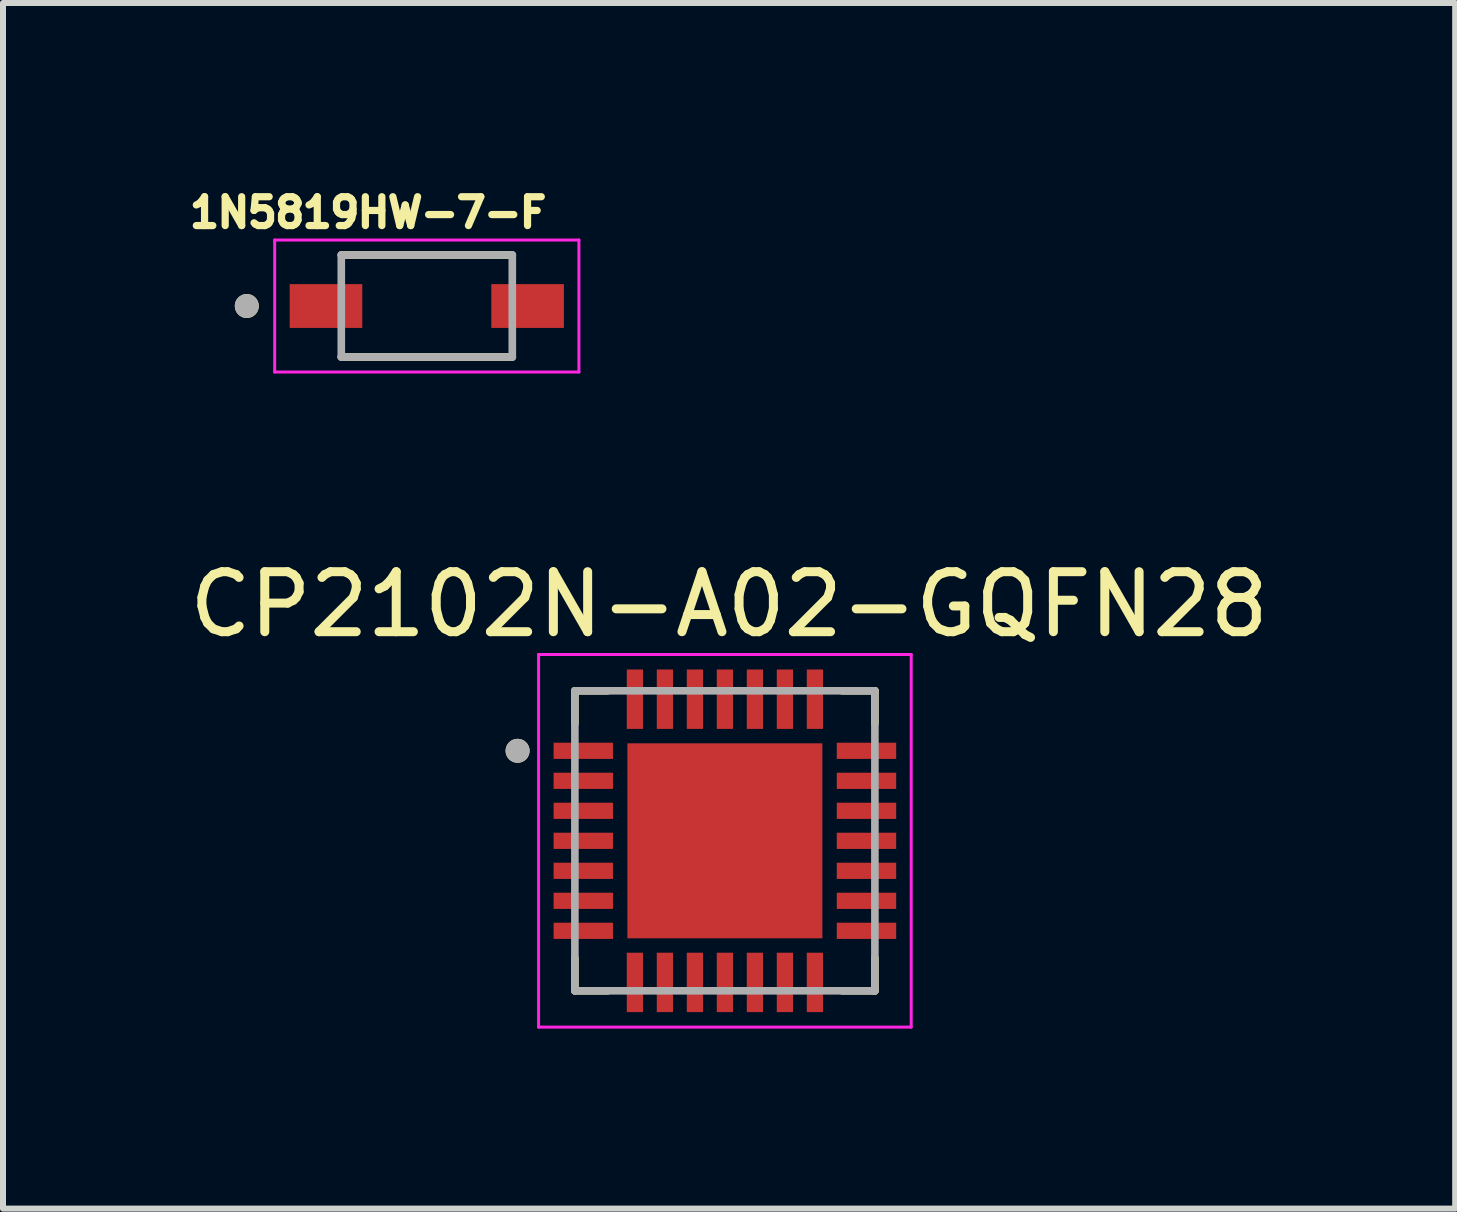
<source format=kicad_pcb>
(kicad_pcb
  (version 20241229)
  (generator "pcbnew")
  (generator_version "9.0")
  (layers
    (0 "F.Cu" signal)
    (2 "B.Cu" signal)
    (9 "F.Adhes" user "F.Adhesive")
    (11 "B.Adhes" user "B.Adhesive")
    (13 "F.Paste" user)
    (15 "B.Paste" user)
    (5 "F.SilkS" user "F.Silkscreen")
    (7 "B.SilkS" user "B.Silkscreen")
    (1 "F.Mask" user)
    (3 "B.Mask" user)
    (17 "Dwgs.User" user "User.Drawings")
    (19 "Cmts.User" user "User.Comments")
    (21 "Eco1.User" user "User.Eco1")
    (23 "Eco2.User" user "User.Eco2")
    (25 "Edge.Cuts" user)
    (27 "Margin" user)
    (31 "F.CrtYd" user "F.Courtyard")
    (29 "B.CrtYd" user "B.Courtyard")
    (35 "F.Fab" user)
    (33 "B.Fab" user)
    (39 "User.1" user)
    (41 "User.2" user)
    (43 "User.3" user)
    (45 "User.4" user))
  (footprint "1N5819HW-7-F"
    (layer "F.Cu")
    (at 4.063 2.05)
    (property "Reference" "1N5819HW-7-F" (at -0.978 -1.557 0) (layer "F.SilkS") (effects (font (size 0.481 0.481) (thickness 0.15))))
    (attr smd)
    (fp_line (start -1.425 -0.85) (end 1.425 -0.85) (stroke (width 0.127) (type solid)) (layer "F.SilkS"))
    (fp_line (start 1.425 0.85) (end -1.425 0.85) (stroke (width 0.127) (type solid)) (layer "F.SilkS"))
    (fp_circle (center -3 0) (end -2.9 0) (stroke (width 0.2) (type solid)) (fill no) (layer "F.SilkS"))
    (fp_line (start -2.535 -1.1) (end 2.535 -1.1) (stroke (width 0.05) (type solid)) (layer "F.CrtYd"))
    (fp_line (start -2.535 1.1) (end -2.535 -1.1) (stroke (width 0.05) (type solid)) (layer "F.CrtYd"))
    (fp_line (start 2.535 -1.1) (end 2.535 1.1) (stroke (width 0.05) (type solid)) (layer "F.CrtYd"))
    (fp_line (start 2.535 1.1) (end -2.535 1.1) (stroke (width 0.05) (type solid)) (layer "F.CrtYd"))
    (fp_line (start -1.425 -0.85) (end 1.425 -0.85) (stroke (width 0.127) (type solid)) (layer "F.Fab"))
    (fp_line (start -1.425 0.85) (end -1.425 -0.85) (stroke (width 0.127) (type solid)) (layer "F.Fab"))
    (fp_line (start 1.425 -0.85) (end 1.425 0.85) (stroke (width 0.127) (type solid)) (layer "F.Fab"))
    (fp_line (start 1.425 0.85) (end -1.425 0.85) (stroke (width 0.127) (type solid)) (layer "F.Fab"))
    (fp_circle (center -3 0) (end -2.9 0) (stroke (width 0.2) (type solid)) (fill no) (layer "F.Fab"))
    (pad "A" smd rect (at 1.68 0) (size 1.21 0.73) (layers "F.Cu" "F.Mask" "F.Paste"))
    (pad "C" smd rect (at -1.68 0) (size 1.21 0.73) (layers "F.Cu" "F.Mask" "F.Paste")))
  (footprint "CP2102N-A02-GQFN28"
    (layer "F.Cu")
    (at 9.031 10.963)
    (property "Reference" "CP2102N-A02-GQFN28" (at 0.07 -3.94 0) (layer "F.SilkS") (effects (font (size 1 1) (thickness 0.15))))
    (attr smd)
    (fp_line (start -2.5 -2.5) (end -1.955 -2.5) (stroke (width 0.127) (type solid)) (layer "F.SilkS"))
    (fp_line (start -2.5 -1.955) (end -2.5 -2.5) (stroke (width 0.127) (type solid)) (layer "F.SilkS"))
    (fp_line (start -2.5 2.5) (end -2.5 1.955) (stroke (width 0.127) (type solid)) (layer "F.SilkS"))
    (fp_line (start -1.955 2.5) (end -2.5 2.5) (stroke (width 0.127) (type solid)) (layer "F.SilkS"))
    (fp_line (start 1.955 -2.5) (end 2.5 -2.5) (stroke (width 0.127) (type solid)) (layer "F.SilkS"))
    (fp_line (start 2.5 -2.5) (end 2.5 -1.955) (stroke (width 0.127) (type solid)) (layer "F.SilkS"))
    (fp_line (start 2.5 2.5) (end 1.955 2.5) (stroke (width 0.127) (type solid)) (layer "F.SilkS"))
    (fp_line (start 2.5 2.5) (end 2.5 1.955) (stroke (width 0.127) (type solid)) (layer "F.SilkS"))
    (fp_circle (center -3.455 -1.5) (end -3.355 -1.5) (stroke (width 0.2) (type solid)) (fill no) (layer "F.SilkS"))
    (fp_poly (pts (xy -1.028 -1.028) (xy 1.028 -1.028) (xy 1.028 1.028) (xy -1.028 1.028)) (stroke (width 0.01) (type solid)) (fill yes) (layer "F.Paste"))
    (fp_line (start -3.105 -3.105) (end -3.105 3.105) (stroke (width 0.05) (type solid)) (layer "F.CrtYd"))
    (fp_line (start -3.105 3.105) (end 3.105 3.105) (stroke (width 0.05) (type solid)) (layer "F.CrtYd"))
    (fp_line (start 3.105 -3.105) (end -3.105 -3.105) (stroke (width 0.05) (type solid)) (layer "F.CrtYd"))
    (fp_line (start 3.105 3.105) (end 3.105 -3.105) (stroke (width 0.05) (type solid)) (layer "F.CrtYd"))
    (fp_line (start -2.5 -2.5) (end 2.5 -2.5) (stroke (width 0.127) (type solid)) (layer "F.Fab"))
    (fp_line (start -2.5 2.5) (end -2.5 -2.5) (stroke (width 0.127) (type solid)) (layer "F.Fab"))
    (fp_line (start 2.5 -2.5) (end 2.5 2.5) (stroke (width 0.127) (type solid)) (layer "F.Fab"))
    (fp_line (start 2.5 2.5) (end -2.5 2.5) (stroke (width 0.127) (type solid)) (layer "F.Fab"))
    (fp_circle (center -3.455 -1.5) (end -3.355 -1.5) (stroke (width 0.2) (type solid)) (fill no) (layer "F.Fab"))
    (pad "1" smd rect (at -2.36 -1.5) (size 0.99 0.27) (layers "F.Cu" "F.Mask" "F.Paste"))
    (pad "2" smd rect (at -2.36 -1) (size 0.99 0.27) (layers "F.Cu" "F.Mask" "F.Paste"))
    (pad "3" smd rect (at -2.36 -0.5) (size 0.99 0.27) (layers "F.Cu" "F.Mask" "F.Paste"))
    (pad "4" smd rect (at -2.36 0) (size 0.99 0.27) (layers "F.Cu" "F.Mask" "F.Paste"))
    (pad "5" smd rect (at -2.36 0.5) (size 0.99 0.27) (layers "F.Cu" "F.Mask" "F.Paste"))
    (pad "6" smd rect (at -2.36 1) (size 0.99 0.27) (layers "F.Cu" "F.Mask" "F.Paste"))
    (pad "7" smd rect (at -2.36 1.5) (size 0.99 0.27) (layers "F.Cu" "F.Mask" "F.Paste"))
    (pad "8" smd rect (at -1.5 2.36) (size 0.27 0.99) (layers "F.Cu" "F.Mask" "F.Paste"))
    (pad "9" smd rect (at -1 2.36) (size 0.27 0.99) (layers "F.Cu" "F.Mask" "F.Paste"))
    (pad "10" smd rect (at -0.5 2.36) (size 0.27 0.99) (layers "F.Cu" "F.Mask" "F.Paste"))
    (pad "11" smd rect (at 0 2.36) (size 0.27 0.99) (layers "F.Cu" "F.Mask" "F.Paste"))
    (pad "12" smd rect (at 0.5 2.36) (size 0.27 0.99) (layers "F.Cu" "F.Mask" "F.Paste"))
    (pad "13" smd rect (at 1 2.36) (size 0.27 0.99) (layers "F.Cu" "F.Mask" "F.Paste"))
    (pad "14" smd rect (at 1.5 2.36) (size 0.27 0.99) (layers "F.Cu" "F.Mask" "F.Paste"))
    (pad "15" smd rect (at 2.36 1.5) (size 0.99 0.27) (layers "F.Cu" "F.Mask" "F.Paste"))
    (pad "16" smd rect (at 2.36 1) (size 0.99 0.27) (layers "F.Cu" "F.Mask" "F.Paste"))
    (pad "17" smd rect (at 2.36 0.5) (size 0.99 0.27) (layers "F.Cu" "F.Mask" "F.Paste"))
    (pad "18" smd rect (at 2.36 0) (size 0.99 0.27) (layers "F.Cu" "F.Mask" "F.Paste"))
    (pad "19" smd rect (at 2.36 -0.5) (size 0.99 0.27) (layers "F.Cu" "F.Mask" "F.Paste"))
    (pad "20" smd rect (at 2.36 -1) (size 0.99 0.27) (layers "F.Cu" "F.Mask" "F.Paste"))
    (pad "21" smd rect (at 2.36 -1.5) (size 0.99 0.27) (layers "F.Cu" "F.Mask" "F.Paste"))
    (pad "22" smd rect (at 1.5 -2.36) (size 0.27 0.99) (layers "F.Cu" "F.Mask" "F.Paste"))
    (pad "23" smd rect (at 1 -2.36) (size 0.27 0.99) (layers "F.Cu" "F.Mask" "F.Paste"))
    (pad "24" smd rect (at 0.5 -2.36) (size 0.27 0.99) (layers "F.Cu" "F.Mask" "F.Paste"))
    (pad "25" smd rect (at 0 -2.36) (size 0.27 0.99) (layers "F.Cu" "F.Mask" "F.Paste"))
    (pad "26" smd rect (at -0.5 -2.36) (size 0.27 0.99) (layers "F.Cu" "F.Mask" "F.Paste"))
    (pad "27" smd rect (at -1 -2.36) (size 0.27 0.99) (layers "F.Cu" "F.Mask" "F.Paste"))
    (pad "28" smd rect (at -1.5 -2.36) (size 0.27 0.99) (layers "F.Cu" "F.Mask" "F.Paste"))
    (pad "29" smd rect (at 0 0) (size 3.25 3.25) (layers "F.Cu" "F.Mask")))
  (gr_rect
    (start -3 -3)
    (end 21.202 17.093)
    (stroke (width 0.1) (type default))
    (fill no)
    (layer "Edge.Cuts")))
</source>
